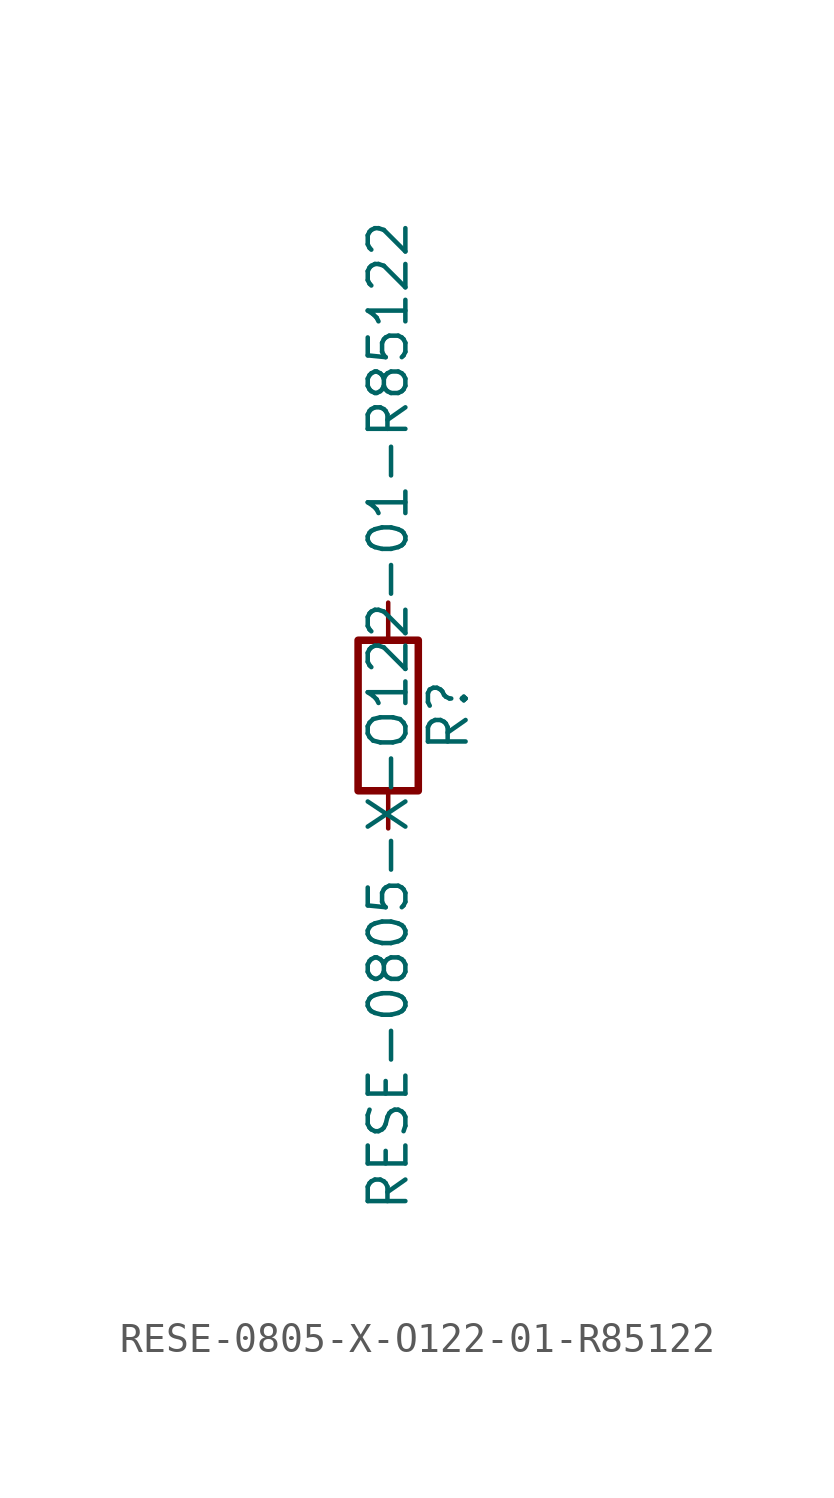
<source format=kicad_sym>
(kicad_symbol_lib
  (version 20211014)
  (generator kicad_symbol_editor)
  (symbol "RESE-0805-X-O122-01-R85122"
    (pin_numbers hide)
    (pin_names
      (offset 0))
    (property "Reference" "R"
      (at 2.032 0 90)
      (effects (font (size 1.27 1.27))))
    (property "Value" "RESE-0805-X-O122-01-R85122"
      (at 0 0 90)
      (effects (font (size 1.27 1.27))))
    (symbol "RESE-0805-X-O122-01-R85122_0_1"
      (rectangle (start -1.016 -2.54) (end 1.016 2.54) (stroke (width 0.254) (type default) (color 0 0 0 0)) (fill (type none))))
    (symbol "RESE-0805-X-O122-01-R85122_1_1"
      (pin passive line (at 0 3.81 270) (length 1.27) (name "~" (effects (font (size 1.27 1.27)))) (number "1" (effects (font (size 1.27 1.27)))))
      (pin passive line (at 0 -3.81 90) (length 1.27) (name "~" (effects (font (size 1.27 1.27)))) (number "2" (effects (font (size 1.27 1.27))))))))
</source>
